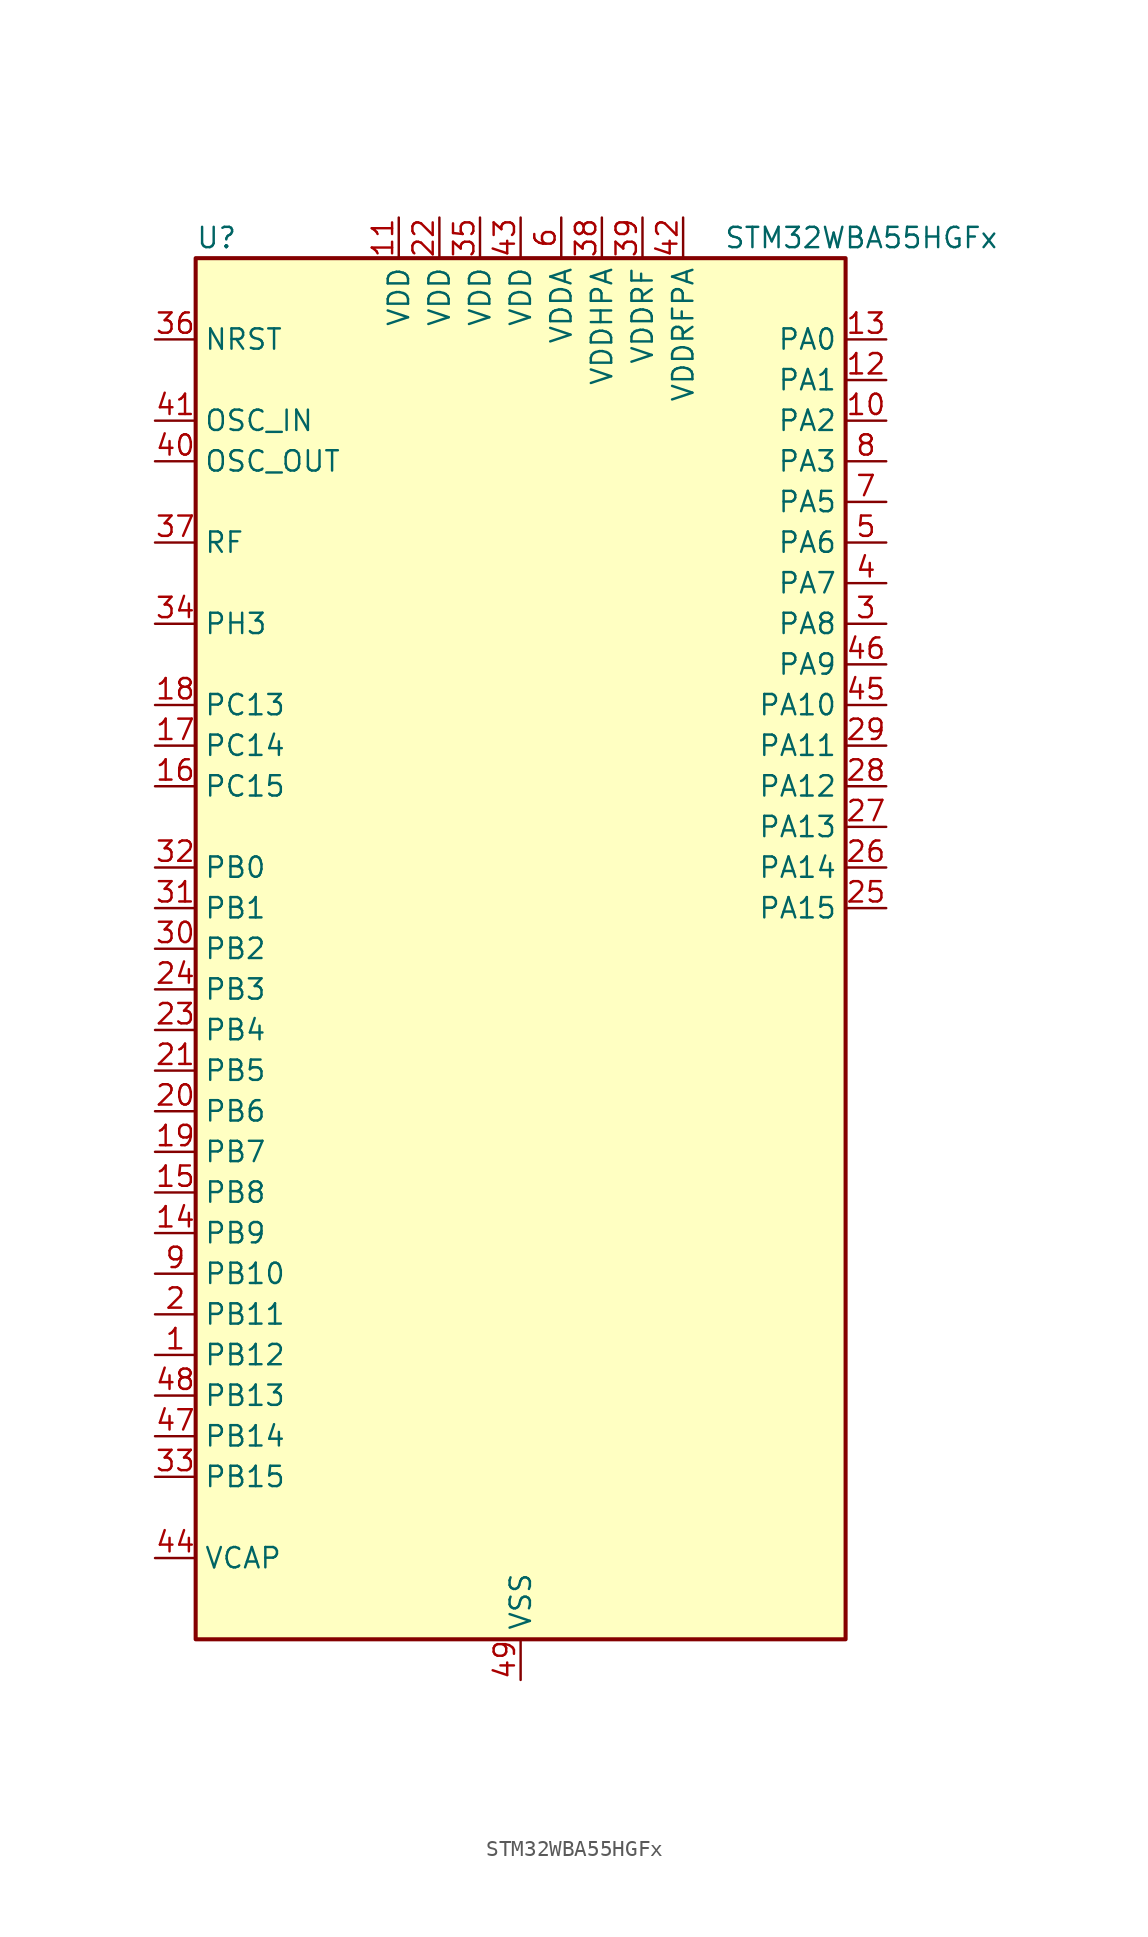
<source format=kicad_sym>
(kicad_symbol_lib
  (version 20231120)
  (generator "kicad-library-utils")
  (generator_version "8.0")
  (symbol "STM32WBA55HGFx"
    (property "Reference" "U"
      (at -20.32 44.45 0)
      (effects (font (size 1.27 1.27)) (justify left)))
    (property "Value" "STM32WBA55HGFx"
      (at 12.7 44.45 0)
      (effects (font (size 1.27 1.27)) (justify left)))
    (symbol "STM32WBA55HGFx_0_1"
      (rectangle (start -20.32 -43.18) (end 20.32 43.18) (stroke (width 0.254) (type default)) (fill (type background))))
    (symbol "STM32WBA55HGFx_1_1"
      (pin bidirectional line (at -22.86 -25.4 0) (length 2.54) (name "PB12" (effects (font (size 1.27 1.27)))) (number "1" (effects (font (size 1.27 1.27)))) (alternate "SAI1_SD_A" bidirectional line) (alternate "SPI1_RDY" bidirectional line) (alternate "TIM2_CH1" bidirectional line) (alternate "TIM2_ETR" bidirectional line) (alternate "TIM3_ETR" bidirectional line) (alternate "TSC_SYNC" bidirectional line) (alternate "USART1_TX" bidirectional line))
      (pin bidirectional line (at 22.86 33.02 180) (length 2.54) (name "PA2" (effects (font (size 1.27 1.27)))) (number "10" (effects (font (size 1.27 1.27)))) (alternate "ADC4_IN7" bidirectional line) (alternate "COMP1_INP" bidirectional line) (alternate "LPUART1_TX" bidirectional line) (alternate "PWR_WKUP4" bidirectional line) (alternate "RCC_LSCO" bidirectional line) (alternate "SAI1_D1" bidirectional line) (alternate "TIM16_CH1" bidirectional line) (alternate "TIM1_BKIN" bidirectional line) (alternate "TIM3_CH1" bidirectional line) (alternate "TSC_G4_IO4" bidirectional line) (alternate "USART1_DE" bidirectional line) (alternate "USART1_RTS" bidirectional line))
      (pin power_in line (at -7.62 45.72 270) (length 2.54) (name "VDD" (effects (font (size 1.27 1.27)))) (number "11" (effects (font (size 1.27 1.27)))))
      (pin bidirectional line (at 22.86 35.56 180) (length 2.54) (name "PA1" (effects (font (size 1.27 1.27)))) (number "12" (effects (font (size 1.27 1.27)))) (alternate "ADC4_IN8" bidirectional line) (alternate "COMP1_INM" bidirectional line) (alternate "LPTIM2_CH2" bidirectional line) (alternate "LPUART1_RX" bidirectional line) (alternate "PWR_WKUP3" bidirectional line) (alternate "SAI1_CK1" bidirectional line) (alternate "SPI1_RDY" bidirectional line) (alternate "TIM17_CH1" bidirectional line) (alternate "TIM1_CH1N" bidirectional line) (alternate "TIM3_CH2" bidirectional line) (alternate "TSC_G2_IO1" bidirectional line) (alternate "USART1_CK" bidirectional line))
      (pin bidirectional line (at 22.86 38.1 180) (length 2.54) (name "PA0" (effects (font (size 1.27 1.27)))) (number "13" (effects (font (size 1.27 1.27)))) (alternate "ADC4_IN9" bidirectional line) (alternate "COMP2_INP" bidirectional line) (alternate "LPTIM1_IN1" bidirectional line) (alternate "LPUART1_CTS" bidirectional line) (alternate "PWR_WKUP1" bidirectional line) (alternate "SPI3_SCK" bidirectional line) (alternate "TIM1_CH2N" bidirectional line) (alternate "TIM3_CH3" bidirectional line) (alternate "TIM3_ETR" bidirectional line) (alternate "TSC_G2_IO2" bidirectional line))
      (pin bidirectional line (at -22.86 -17.78 0) (length 2.54) (name "PB9" (effects (font (size 1.27 1.27)))) (number "14" (effects (font (size 1.27 1.27)))) (alternate "ADC4_IN10" bidirectional line) (alternate "COMP2_INM" bidirectional line) (alternate "IR_OUT" bidirectional line) (alternate "LPTIM2_IN1" bidirectional line) (alternate "LPUART1_DE" bidirectional line) (alternate "LPUART1_RTS" bidirectional line) (alternate "PWR_WKUP8" bidirectional line) (alternate "SPI3_MISO" bidirectional line) (alternate "TIM16_CH1" bidirectional line) (alternate "TIM1_CH3N" bidirectional line) (alternate "TIM3_CH4" bidirectional line) (alternate "TSC_G2_IO3" bidirectional line))
      (pin bidirectional line (at -22.86 -15.24 0) (length 2.54) (name "PB8" (effects (font (size 1.27 1.27)))) (number "15" (effects (font (size 1.27 1.27)))) (alternate "COMP1_OUT" bidirectional line) (alternate "LPTIM1_ETR" bidirectional line) (alternate "PWR_PVD_IN" bidirectional line) (alternate "SPI3_MOSI" bidirectional line) (alternate "TIM16_CH1N" bidirectional line) (alternate "TIM1_CH1" bidirectional line) (alternate "TIM3_ETR" bidirectional line) (alternate "TSC_G2_IO4" bidirectional line) (alternate "USART2_RX" bidirectional line))
      (pin bidirectional line (at -22.86 10.16 0) (length 2.54) (name "PC15" (effects (font (size 1.27 1.27)))) (number "16" (effects (font (size 1.27 1.27)))) (alternate "ADC4_EXTI15" bidirectional line) (alternate "RCC_OSC32_OUT" bidirectional line))
      (pin bidirectional line (at -22.86 12.7 0) (length 2.54) (name "PC14" (effects (font (size 1.27 1.27)))) (number "17" (effects (font (size 1.27 1.27)))) (alternate "RCC_OSC32_IN" bidirectional line))
      (pin bidirectional line (at -22.86 15.24 0) (length 2.54) (name "PC13" (effects (font (size 1.27 1.27)))) (number "18" (effects (font (size 1.27 1.27)))) (alternate "PWR_WKUP2" bidirectional line) (alternate "RTC_OUT1" bidirectional line) (alternate "RTC_TS" bidirectional line) (alternate "TAMP_IN4" bidirectional line) (alternate "TAMP_OUT5" bidirectional line) (alternate "TIM1_BKIN2" bidirectional line) (alternate "TSC_G5_IO1" bidirectional line))
      (pin bidirectional line (at -22.86 -12.7 0) (length 2.54) (name "PB7" (effects (font (size 1.27 1.27)))) (number "19" (effects (font (size 1.27 1.27)))) (alternate "PWR_WKUP5" bidirectional line) (alternate "SAI1_SD_B" bidirectional line) (alternate "TAMP_IN5" bidirectional line) (alternate "TAMP_OUT4" bidirectional line) (alternate "TIM1_CH4N" bidirectional line) (alternate "TSC_G5_IO2" bidirectional line))
      (pin bidirectional line (at -22.86 -22.86 0) (length 2.54) (name "PB11" (effects (font (size 1.27 1.27)))) (number "2" (effects (font (size 1.27 1.27)))) (alternate "LPTIM1_CH1" bidirectional line) (alternate "LPTIM1_ETR" bidirectional line) (alternate "LPUART1_TX" bidirectional line))
      (pin bidirectional line (at -22.86 -10.16 0) (length 2.54) (name "PB6" (effects (font (size 1.27 1.27)))) (number "20" (effects (font (size 1.27 1.27)))) (alternate "PWR_WKUP3" bidirectional line) (alternate "SAI1_SCK_B" bidirectional line) (alternate "TIM2_CH1" bidirectional line) (alternate "TIM2_ETR" bidirectional line) (alternate "TSC_G5_IO3" bidirectional line))
      (pin bidirectional line (at -22.86 -7.62 0) (length 2.54) (name "PB5" (effects (font (size 1.27 1.27)))) (number "21" (effects (font (size 1.27 1.27)))) (alternate "LPUART1_TX" bidirectional line) (alternate "SAI1_D2" bidirectional line) (alternate "SAI1_FS_B" bidirectional line) (alternate "TIM3_CH1" bidirectional line) (alternate "TSC_G5_IO4" bidirectional line))
      (pin power_in line (at -5.08 45.72 270) (length 2.54) (name "VDD" (effects (font (size 1.27 1.27)))) (number "22" (effects (font (size 1.27 1.27)))))
      (pin bidirectional line (at -22.86 -5.08 0) (length 2.54) (name "PB4" (effects (font (size 1.27 1.27)))) (number "23" (effects (font (size 1.27 1.27)))) (alternate "DEBUG_JTRST" bidirectional line) (alternate "LPTIM2_IN2" bidirectional line) (alternate "PTA_ACTIVE" bidirectional line) (alternate "PTA_PRIORITY" bidirectional line) (alternate "SAI1_MCLK_B" bidirectional line) (alternate "SPI1_SCK" bidirectional line) (alternate "TIM17_CH1" bidirectional line) (alternate "TIM1_CH3" bidirectional line) (alternate "TSC_G3_IO1" bidirectional line) (alternate "USART2_RX" bidirectional line))
      (pin bidirectional line (at -22.86 -2.54 0) (length 2.54) (name "PB3" (effects (font (size 1.27 1.27)))) (number "24" (effects (font (size 1.27 1.27)))) (alternate "DEBUG_JTDO-SWO" bidirectional line) (alternate "I2C1_SDA" bidirectional line) (alternate "LPTIM1_IN2" bidirectional line) (alternate "PTA_ACTIVE" bidirectional line) (alternate "SPI1_MISO" bidirectional line) (alternate "TIM17_CH1N" bidirectional line) (alternate "TIM1_CH4" bidirectional line) (alternate "TSC_G3_IO2" bidirectional line) (alternate "USART2_CK" bidirectional line))
      (pin bidirectional line (at 22.86 2.54 180) (length 2.54) (name "PA15" (effects (font (size 1.27 1.27)))) (number "25" (effects (font (size 1.27 1.27)))) (alternate "ADC4_EXTI15" bidirectional line) (alternate "DEBUG_JTDI" bidirectional line) (alternate "I2C1_SCL" bidirectional line) (alternate "LPTIM1_CH2" bidirectional line) (alternate "PTA_STATUS" bidirectional line) (alternate "SPI1_MOSI" bidirectional line) (alternate "TIM17_BKIN" bidirectional line) (alternate "TIM1_ETR" bidirectional line) (alternate "TSC_G3_IO3" bidirectional line) (alternate "USART2_DE" bidirectional line) (alternate "USART2_RTS" bidirectional line))
      (pin bidirectional line (at 22.86 5.08 180) (length 2.54) (name "PA14" (effects (font (size 1.27 1.27)))) (number "26" (effects (font (size 1.27 1.27)))) (alternate "COMP2_OUT" bidirectional line) (alternate "DEBUG_JTCK-SWCLK" bidirectional line) (alternate "PTA_STATUS" bidirectional line) (alternate "TAMP_IN3" bidirectional line) (alternate "TAMP_OUT6" bidirectional line) (alternate "USART2_TX" bidirectional line))
      (pin bidirectional line (at 22.86 7.62 180) (length 2.54) (name "PA13" (effects (font (size 1.27 1.27)))) (number "27" (effects (font (size 1.27 1.27)))) (alternate "DEBUG_JTMS-SWDIO" bidirectional line) (alternate "IR_OUT" bidirectional line) (alternate "PTA_PRIORITY" bidirectional line))
      (pin bidirectional line (at 22.86 10.16 180) (length 2.54) (name "PA12" (effects (font (size 1.27 1.27)))) (number "28" (effects (font (size 1.27 1.27)))) (alternate "COMP2_OUT" bidirectional line) (alternate "PTA_STATUS" bidirectional line) (alternate "PWR_WKUP6" bidirectional line) (alternate "RF_ANTSW0" bidirectional line) (alternate "SPI1_NSS" bidirectional line) (alternate "TIM1_CH2" bidirectional line) (alternate "TSC_G3_IO4" bidirectional line) (alternate "USART2_TX" bidirectional line))
      (pin bidirectional line (at 22.86 12.7 180) (length 2.54) (name "PA11" (effects (font (size 1.27 1.27)))) (number "29" (effects (font (size 1.27 1.27)))) (alternate "LPTIM2_CH1" bidirectional line) (alternate "RF_ANTSW1" bidirectional line) (alternate "TIM1_CH1" bidirectional line) (alternate "USART2_RX" bidirectional line))
      (pin bidirectional line (at 22.86 20.32 180) (length 2.54) (name "PA8" (effects (font (size 1.27 1.27)))) (number "3" (effects (font (size 1.27 1.27)))) (alternate "ADC4_IN1" bidirectional line) (alternate "LPTIM1_CH2" bidirectional line) (alternate "RCC_MCO" bidirectional line) (alternate "SAI1_FS_A" bidirectional line) (alternate "SPI3_RDY" bidirectional line) (alternate "TIM2_CH2" bidirectional line) (alternate "TSC_G1_IO1" bidirectional line) (alternate "USART1_RX" bidirectional line))
      (pin bidirectional line (at -22.86 0 0) (length 2.54) (name "PB2" (effects (font (size 1.27 1.27)))) (number "30" (effects (font (size 1.27 1.27)))) (alternate "I2C1_SCL" bidirectional line) (alternate "I2C3_SCL" bidirectional line) (alternate "PWR_WKUP1" bidirectional line) (alternate "RF_ANTSW2" bidirectional line) (alternate "RTC_OUT2" bidirectional line) (alternate "TIM1_CH1N" bidirectional line) (alternate "USART2_CTS" bidirectional line))
      (pin bidirectional line (at -22.86 2.54 0) (length 2.54) (name "PB1" (effects (font (size 1.27 1.27)))) (number "31" (effects (font (size 1.27 1.27)))) (alternate "I2C1_SDA" bidirectional line) (alternate "I2C3_SDA" bidirectional line) (alternate "PWR_WKUP4" bidirectional line) (alternate "TIM1_CH2N" bidirectional line) (alternate "USART2_DE" bidirectional line) (alternate "USART2_RTS" bidirectional line))
      (pin bidirectional line (at -22.86 5.08 0) (length 2.54) (name "PB0" (effects (font (size 1.27 1.27)))) (number "32" (effects (font (size 1.27 1.27)))) (alternate "LPTIM2_IN2" bidirectional line) (alternate "TIM1_CH3N" bidirectional line) (alternate "USART2_TX" bidirectional line))
      (pin bidirectional line (at -22.86 -33.02 0) (length 2.54) (name "PB15" (effects (font (size 1.27 1.27)))) (number "33" (effects (font (size 1.27 1.27)))) (alternate "ADC4_EXTI15" bidirectional line) (alternate "I2C1_SMBA" bidirectional line) (alternate "I2C3_SMBA" bidirectional line) (alternate "LPUART1_CTS" bidirectional line) (alternate "PTA_GRANT" bidirectional line) (alternate "RF_EXTPABYP" bidirectional line) (alternate "TIM16_BKIN" bidirectional line) (alternate "TIM1_BKIN2" bidirectional line) (alternate "USART2_CTS" bidirectional line))
      (pin bidirectional line (at -22.86 20.32 0) (length 2.54) (name "PH3" (effects (font (size 1.27 1.27)))) (number "34" (effects (font (size 1.27 1.27)))) (alternate "PTA_GRANT" bidirectional line) (alternate "RF_EXTPABYP" bidirectional line) (alternate "TAMP_IN2" bidirectional line) (alternate "TAMP_OUT1" bidirectional line))
      (pin power_in line (at -2.54 45.72 270) (length 2.54) (name "VDD" (effects (font (size 1.27 1.27)))) (number "35" (effects (font (size 1.27 1.27)))))
      (pin input line (at -22.86 38.1 0) (length 2.54) (name "NRST" (effects (font (size 1.27 1.27)))) (number "36" (effects (font (size 1.27 1.27)))))
      (pin bidirectional line (at -22.86 25.4 0) (length 2.54) (name "RF" (effects (font (size 1.27 1.27)))) (number "37" (effects (font (size 1.27 1.27)))))
      (pin power_in line (at 5.08 45.72 270) (length 2.54) (name "VDDHPA" (effects (font (size 1.27 1.27)))) (number "38" (effects (font (size 1.27 1.27)))))
      (pin power_in line (at 7.62 45.72 270) (length 2.54) (name "VDDRF" (effects (font (size 1.27 1.27)))) (number "39" (effects (font (size 1.27 1.27)))))
      (pin bidirectional line (at 22.86 22.86 180) (length 2.54) (name "PA7" (effects (font (size 1.27 1.27)))) (number "4" (effects (font (size 1.27 1.27)))) (alternate "ADC4_IN2" bidirectional line) (alternate "COMP1_OUT" bidirectional line) (alternate "I2C3_SDA" bidirectional line) (alternate "PWR_WKUP8" bidirectional line) (alternate "SAI1_SCK_A" bidirectional line) (alternate "TAMP_IN1" bidirectional line) (alternate "TAMP_OUT2" bidirectional line) (alternate "TIM2_CH3" bidirectional line) (alternate "TSC_G1_IO2" bidirectional line) (alternate "USART1_CTS" bidirectional line))
      (pin input line (at -22.86 30.48 0) (length 2.54) (name "OSC_OUT" (effects (font (size 1.27 1.27)))) (number "40" (effects (font (size 1.27 1.27)))) (alternate "RCC_OSC_OUT" bidirectional line))
      (pin input line (at -22.86 33.02 0) (length 2.54) (name "OSC_IN" (effects (font (size 1.27 1.27)))) (number "41" (effects (font (size 1.27 1.27)))) (alternate "RCC_OSC_IN" bidirectional line))
      (pin power_in line (at 10.16 45.72 270) (length 2.54) (name "VDDRFPA" (effects (font (size 1.27 1.27)))) (number "42" (effects (font (size 1.27 1.27)))))
      (pin power_in line (at 0 45.72 270) (length 2.54) (name "VDD" (effects (font (size 1.27 1.27)))) (number "43" (effects (font (size 1.27 1.27)))))
      (pin power_out line (at -22.86 -38.1 0) (length 2.54) (name "VCAP" (effects (font (size 1.27 1.27)))) (number "44" (effects (font (size 1.27 1.27)))))
      (pin bidirectional line (at 22.86 15.24 180) (length 2.54) (name "PA10" (effects (font (size 1.27 1.27)))) (number "45" (effects (font (size 1.27 1.27)))) (alternate "LPUART1_RX" bidirectional line) (alternate "SAI1_D1" bidirectional line) (alternate "TIM3_CH1" bidirectional line))
      (pin bidirectional line (at 22.86 17.78 180) (length 2.54) (name "PA9" (effects (font (size 1.27 1.27)))) (number "46" (effects (font (size 1.27 1.27)))) (alternate "LPUART1_DE" bidirectional line) (alternate "LPUART1_RTS" bidirectional line) (alternate "SAI1_CK1" bidirectional line) (alternate "TIM3_CH2" bidirectional line))
      (pin bidirectional line (at -22.86 -30.48 0) (length 2.54) (name "PB14" (effects (font (size 1.27 1.27)))) (number "47" (effects (font (size 1.27 1.27)))) (alternate "PWR_WKUP7" bidirectional line) (alternate "RTC_REFIN" bidirectional line) (alternate "SAI1_SD_A" bidirectional line) (alternate "TIM3_CH3" bidirectional line) (alternate "TSC_G6_IO1" bidirectional line) (alternate "USART1_TX" bidirectional line))
      (pin bidirectional line (at -22.86 -27.94 0) (length 2.54) (name "PB13" (effects (font (size 1.27 1.27)))) (number "48" (effects (font (size 1.27 1.27)))) (alternate "TIM3_CH4" bidirectional line) (alternate "TSC_G6_IO2" bidirectional line))
      (pin power_in line (at 0 -45.72 90) (length 2.54) (name "VSS" (effects (font (size 1.27 1.27)))) (number "49" (effects (font (size 1.27 1.27)))))
      (pin bidirectional line (at 22.86 25.4 180) (length 2.54) (name "PA6" (effects (font (size 1.27 1.27)))) (number "5" (effects (font (size 1.27 1.27)))) (alternate "ADC4_IN3" bidirectional line) (alternate "I2C3_SCL" bidirectional line) (alternate "PWR_CSTOP" bidirectional line) (alternate "PWR_WKUP7" bidirectional line) (alternate "SAI1_CK2" bidirectional line) (alternate "SAI1_MCLK_A" bidirectional line) (alternate "SPI3_RDY" bidirectional line) (alternate "TIM2_CH4" bidirectional line) (alternate "TSC_G1_IO3" bidirectional line) (alternate "USART1_DE" bidirectional line) (alternate "USART1_RTS" bidirectional line))
      (pin power_in line (at 2.54 45.72 270) (length 2.54) (name "VDDA" (effects (font (size 1.27 1.27)))) (number "6" (effects (font (size 1.27 1.27)))))
      (pin bidirectional line (at 22.86 27.94 180) (length 2.54) (name "PA5" (effects (font (size 1.27 1.27)))) (number "7" (effects (font (size 1.27 1.27)))) (alternate "ADC4_IN4" bidirectional line) (alternate "AUDIOCLK" bidirectional line) (alternate "LPTIM2_ETR" bidirectional line) (alternate "PWR_CSLEEP" bidirectional line) (alternate "PWR_WKUP6" bidirectional line) (alternate "SAI1_D2" bidirectional line) (alternate "SPI3_NSS" bidirectional line) (alternate "TIM2_CH1" bidirectional line) (alternate "TIM2_ETR" bidirectional line) (alternate "TSC_G1_IO4" bidirectional line) (alternate "USART1_CK" bidirectional line))
      (pin bidirectional line (at 22.86 30.48 180) (length 2.54) (name "PA3" (effects (font (size 1.27 1.27)))) (number "8" (effects (font (size 1.27 1.27)))) (alternate "ADC4_IN6" bidirectional line) (alternate "PWR_WKUP5" bidirectional line) (alternate "TIM16_CH1N" bidirectional line) (alternate "TSC_G4_IO2" bidirectional line) (alternate "USART1_DE" bidirectional line) (alternate "USART1_RTS" bidirectional line))
      (pin bidirectional line (at -22.86 -20.32 0) (length 2.54) (name "PB10" (effects (font (size 1.27 1.27)))) (number "9" (effects (font (size 1.27 1.27)))) (alternate "TIM16_BKIN" bidirectional line) (alternate "TSC_G4_IO3" bidirectional line) (alternate "USART1_CK" bidirectional line)))))
</source>
